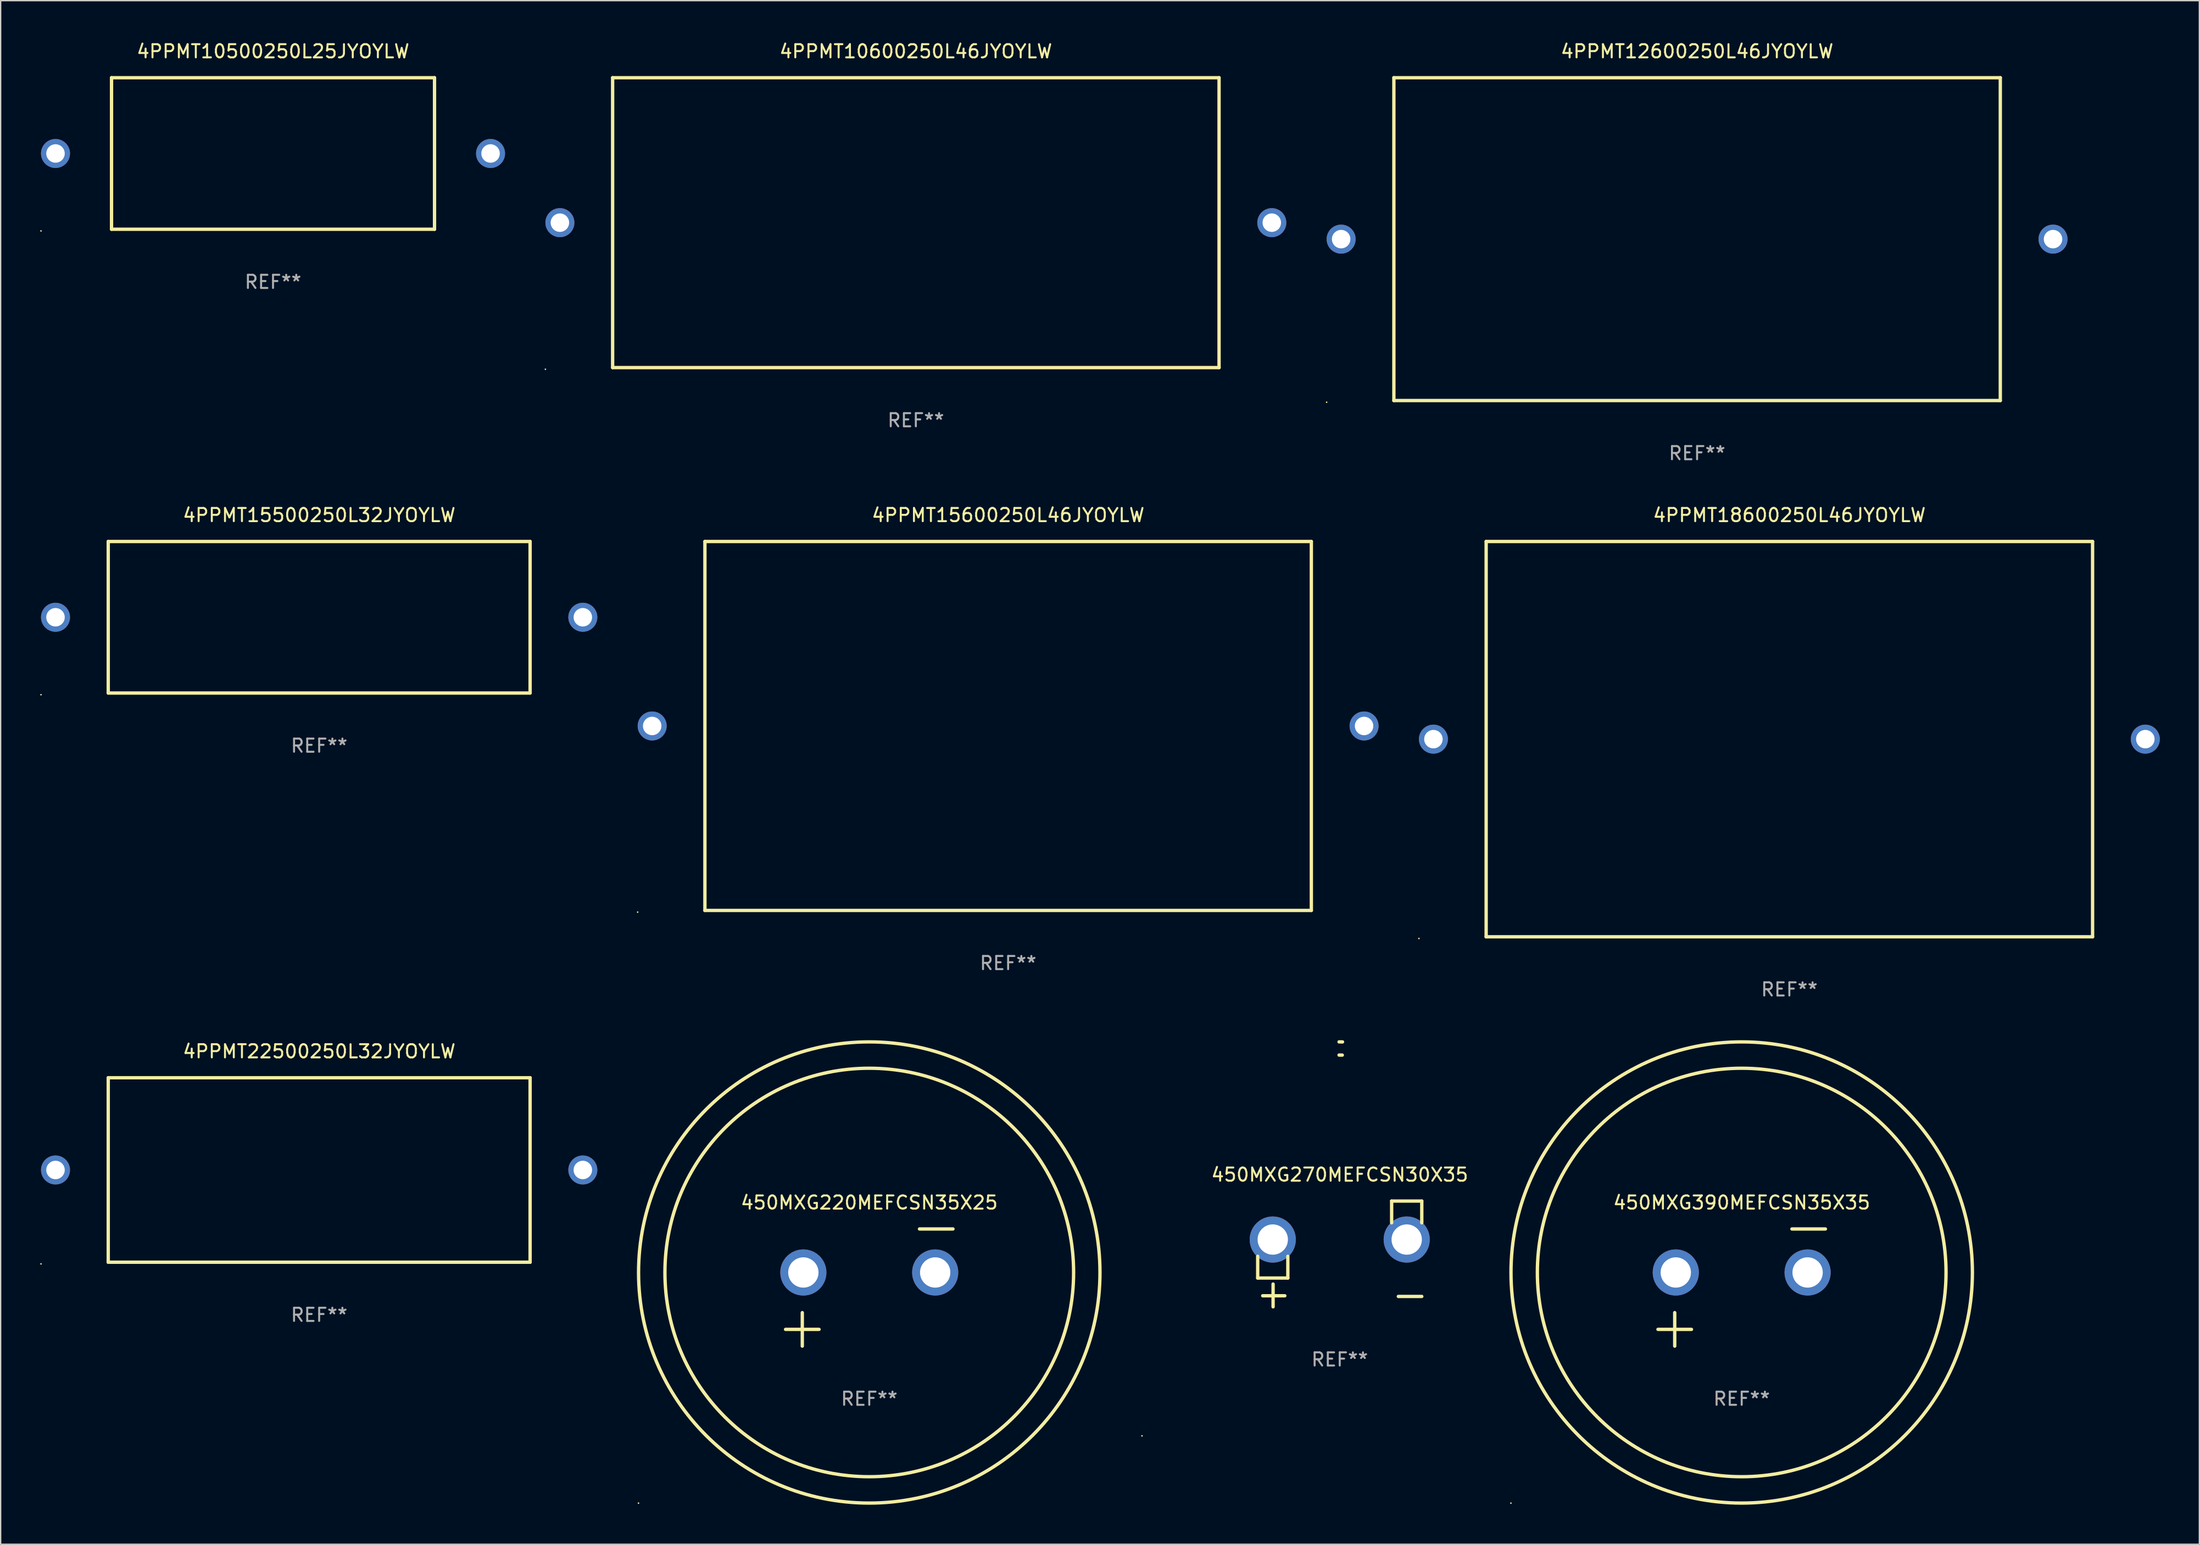
<source format=kicad_pcb>
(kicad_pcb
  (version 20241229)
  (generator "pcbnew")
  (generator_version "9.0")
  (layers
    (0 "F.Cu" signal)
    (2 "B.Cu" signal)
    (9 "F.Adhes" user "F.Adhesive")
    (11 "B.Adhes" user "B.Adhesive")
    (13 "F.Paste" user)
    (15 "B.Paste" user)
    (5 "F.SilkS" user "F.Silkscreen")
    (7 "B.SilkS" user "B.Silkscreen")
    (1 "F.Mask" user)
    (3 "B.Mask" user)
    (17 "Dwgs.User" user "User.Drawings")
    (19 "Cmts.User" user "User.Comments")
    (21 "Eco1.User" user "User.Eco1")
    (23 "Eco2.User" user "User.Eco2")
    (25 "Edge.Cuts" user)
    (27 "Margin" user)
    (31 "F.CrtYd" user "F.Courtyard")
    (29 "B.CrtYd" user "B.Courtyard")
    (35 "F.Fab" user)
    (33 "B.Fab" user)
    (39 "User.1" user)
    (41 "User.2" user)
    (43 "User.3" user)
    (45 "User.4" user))
  (footprint "4PPMT15500250L32JYOYLW"
    (layer "F.Cu")
    (at 21.16 43.795)
    (property "Reference" "4PPMT15500250L32JYOYLW" (at 0 -7.75 0) (layer "F.SilkS") (effects (font (size 1 1) (thickness 0.15))))
    (attr through_hole)
    (fp_line (start -16 -5.75) (end 16 -5.75) (stroke (width 0.254) (type solid)) (layer "F.SilkS"))
    (fp_line (start -16 5.75) (end -16 -5.75) (stroke (width 0.254) (type solid)) (layer "F.SilkS"))
    (fp_line (start 16 -5.75) (end 16 5.75) (stroke (width 0.254) (type solid)) (layer "F.SilkS"))
    (fp_line (start 16 5.75) (end -16 5.75) (stroke (width 0.254) (type solid)) (layer "F.SilkS"))
    (fp_circle (center -21.1 5.877) (end -21.07 5.877) (stroke (width 0.06) (type solid)) (fill no) (layer "F.SilkS"))
    (fp_text user "REF**" (at 0 9.75 0) (layer "F.Fab") (effects (font (size 1 1) (thickness 0.15))))
    (pad "1" thru_hole circle (at -20 -0.000013) (size 2.2 2.2) (drill 1.4) (layers "*.Cu" "*.Mask"))
    (pad "2" thru_hole circle (at 20 -0.000013) (size 2.2 2.2) (drill 1.4) (layers "*.Cu" "*.Mask")))
  (footprint "450MXG220MEFCSN35X25"
    (layer "F.Cu")
    (at 62.887 94.663)
    (property "Reference" "450MXG220MEFCSN35X25" (at 0 -6.445 0) (layer "F.SilkS") (effects (font (size 1 1) (thickness 0.15))))
    (attr through_hole)
    (fp_line (start -6.35 3.175) (end -3.81 3.175) (stroke (width 0.254) (type solid)) (layer "F.SilkS"))
    (fp_line (start -5.08 1.905) (end -5.08 4.445) (stroke (width 0.254) (type solid)) (layer "F.SilkS"))
    (fp_line (start 3.81 -4.445) (end 6.35 -4.445) (stroke (width 0.254) (type solid)) (layer "F.SilkS"))
    (fp_circle (center -17.505 16.362) (end -17.475 16.362) (stroke (width 0.06) (type solid)) (fill no) (layer "F.SilkS"))
    (fp_circle (center 0 -1.143) (end 15.5 -1.143) (stroke (width 0.254) (type solid)) (fill no) (layer "F.SilkS"))
    (fp_circle (center 0 -1.143) (end 17.5 -1.143) (stroke (width 0.254) (type solid)) (fill no) (layer "F.SilkS"))
    (fp_text user "REF**" (at 0 8.445 0) (layer "F.Fab") (effects (font (size 1 1) (thickness 0.15))))
    (pad "1" thru_hole circle (at -5 -1.143) (size 3.5 3.5) (drill 2.3) (layers "*.Cu" "*.Mask"))
    (pad "2" thru_hole circle (at 5 -1.143) (size 3.5 3.5) (drill 2.3) (layers "*.Cu" "*.Mask")))
  (footprint "4PPMT12600250L46JYOYLW"
    (layer "F.Cu")
    (at 125.68 15.098)
    (property "Reference" "4PPMT12600250L46JYOYLW" (at 0 -14.25 0) (layer "F.SilkS") (effects (font (size 1 1) (thickness 0.15))))
    (attr through_hole)
    (fp_line (start -23 -12.25) (end 23 -12.25) (stroke (width 0.254) (type solid)) (layer "F.SilkS"))
    (fp_line (start -23 12.25) (end -23 -12.25) (stroke (width 0.254) (type solid)) (layer "F.SilkS"))
    (fp_line (start 23 -12.25) (end 23 12.25) (stroke (width 0.254) (type solid)) (layer "F.SilkS"))
    (fp_line (start 23 12.25) (end -23 12.25) (stroke (width 0.254) (type solid)) (layer "F.SilkS"))
    (fp_circle (center -28.1 12.377) (end -28.07 12.377) (stroke (width 0.06) (type solid)) (fill no) (layer "F.SilkS"))
    (fp_text user "REF**" (at 0 16.25 0) (layer "F.Fab") (effects (font (size 1 1) (thickness 0.15))))
    (pad "1" thru_hole circle (at -27 0) (size 2.2 2.2) (drill 1.4) (layers "*.Cu" "*.Mask"))
    (pad "2" thru_hole circle (at 27 0) (size 2.2 2.2) (drill 1.4) (layers "*.Cu" "*.Mask")))
  (footprint "4PPMT18600250L46JYOYLW"
    (layer "F.Cu")
    (at 132.68 53.045)
    (property "Reference" "4PPMT18600250L46JYOYLW" (at 0 -17 0) (layer "F.SilkS") (effects (font (size 1 1) (thickness 0.15))))
    (attr through_hole)
    (fp_line (start -23 -15) (end 23 -15) (stroke (width 0.254) (type solid)) (layer "F.SilkS"))
    (fp_line (start -23 15) (end -23 -15) (stroke (width 0.254) (type solid)) (layer "F.SilkS"))
    (fp_line (start 23 -15) (end 23 15) (stroke (width 0.254) (type solid)) (layer "F.SilkS"))
    (fp_line (start 23 15) (end -23 15) (stroke (width 0.254) (type solid)) (layer "F.SilkS"))
    (fp_circle (center -28.1 15.127) (end -28.07 15.127) (stroke (width 0.06) (type solid)) (fill no) (layer "F.SilkS"))
    (fp_text user "REF**" (at 0 19 0) (layer "F.Fab") (effects (font (size 1 1) (thickness 0.15))))
    (pad "1" thru_hole circle (at -27 0) (size 2.2 2.2) (drill 1.4) (layers "*.Cu" "*.Mask"))
    (pad "2" thru_hole circle (at 27 0) (size 2.2 2.2) (drill 1.4) (layers "*.Cu" "*.Mask")))
  (footprint "450MXG390MEFCSN35X35"
    (layer "F.Cu")
    (at 129.064 94.663)
    (property "Reference" "450MXG390MEFCSN35X35" (at 0 -6.445 0) (layer "F.SilkS") (effects (font (size 1 1) (thickness 0.15))))
    (attr through_hole)
    (fp_line (start -6.35 3.175) (end -3.81 3.175) (stroke (width 0.254) (type solid)) (layer "F.SilkS"))
    (fp_line (start -5.08 1.905) (end -5.08 4.445) (stroke (width 0.254) (type solid)) (layer "F.SilkS"))
    (fp_line (start 3.81 -4.445) (end 6.35 -4.445) (stroke (width 0.254) (type solid)) (layer "F.SilkS"))
    (fp_circle (center -17.505 16.362) (end -17.475 16.362) (stroke (width 0.06) (type solid)) (fill no) (layer "F.SilkS"))
    (fp_circle (center 0 -1.143) (end 15.5 -1.143) (stroke (width 0.254) (type solid)) (fill no) (layer "F.SilkS"))
    (fp_circle (center 0 -1.143) (end 17.5 -1.143) (stroke (width 0.254) (type solid)) (fill no) (layer "F.SilkS"))
    (fp_text user "REF**" (at 0 8.445 0) (layer "F.Fab") (effects (font (size 1 1) (thickness 0.15))))
    (pad "1" thru_hole circle (at -5 -1.143) (size 3.5 3.5) (drill 2.3) (layers "*.Cu" "*.Mask"))
    (pad "2" thru_hole circle (at 5 -1.143) (size 3.5 3.5) (drill 2.3) (layers "*.Cu" "*.Mask")))
  (footprint "4PPMT10500250L25JYOYLW"
    (layer "F.Cu")
    (at 17.66 8.598)
    (property "Reference" "4PPMT10500250L25JYOYLW" (at 0 -7.75 0) (layer "F.SilkS") (effects (font (size 1 1) (thickness 0.15))))
    (attr through_hole)
    (fp_line (start -12.25 -5.75) (end 12.25 -5.75) (stroke (width 0.254) (type solid)) (layer "F.SilkS"))
    (fp_line (start -12.25 5.75) (end -12.25 -5.75) (stroke (width 0.254) (type solid)) (layer "F.SilkS"))
    (fp_line (start 12.25 -5.75) (end 12.25 5.75) (stroke (width 0.254) (type solid)) (layer "F.SilkS"))
    (fp_line (start 12.25 5.75) (end -12.25 5.75) (stroke (width 0.254) (type solid)) (layer "F.SilkS"))
    (fp_circle (center -17.6 5.877) (end -17.57 5.877) (stroke (width 0.06) (type solid)) (fill no) (layer "F.SilkS"))
    (fp_text user "REF**" (at 0 9.75 0) (layer "F.Fab") (effects (font (size 1 1) (thickness 0.15))))
    (pad "1" thru_hole circle (at -16.5 0) (size 2.2 2.2) (drill 1.4) (layers "*.Cu" "*.Mask"))
    (pad "2" thru_hole circle (at 16.5 0) (size 2.2 2.2) (drill 1.4) (layers "*.Cu" "*.Mask")))
  (footprint "450MXG270MEFCSN30X35"
    (layer "F.Cu")
    (at 98.574 92.113)
    (property "Reference" "450MXG270MEFCSN30X35" (at 0 -6.013 0) (layer "F.SilkS") (effects (font (size 1 1) (thickness 0.15))))
    (attr through_hole)
    (fp_line (start -6.223 0.178) (end -6.223 1.829) (stroke (width 0.254) (type solid)) (layer "F.SilkS"))
    (fp_line (start -6.223 1.829) (end -3.937 1.829) (stroke (width 0.254) (type solid)) (layer "F.SilkS"))
    (fp_line (start -5.055 4.013) (end -5.055 2.286) (stroke (width 0.254) (type solid)) (layer "F.SilkS"))
    (fp_line (start -4.166 3.175) (end -5.842 3.175) (stroke (width 0.254) (type solid)) (layer "F.SilkS"))
    (fp_line (start -3.937 1.829) (end -3.937 0.178) (stroke (width 0.254) (type solid)) (layer "F.SilkS"))
    (fp_line (start 3.937 -4.013) (end 3.937 -2.362) (stroke (width 0.254) (type solid)) (layer "F.SilkS"))
    (fp_line (start 6.223 -4.013) (end 3.937 -4.013) (stroke (width 0.254) (type solid)) (layer "F.SilkS"))
    (fp_line (start 6.223 -2.362) (end 6.223 -4.013) (stroke (width 0.254) (type solid)) (layer "F.SilkS"))
    (fp_line (start 6.223 3.226) (end 4.445 3.226) (stroke (width 0.254) (type solid)) (layer "F.SilkS"))
    (fp_arc (start -0.0508 -16.093472) (mid 0.080016 -16.092762) (end 0.210821 -16.090932) (stroke (width 0.254001) (type solid)) (layer "F.SilkS"))
    (fp_arc (start -0.0508 -15.09271) (mid 0.071125 -15.091961) (end 0.19304 -15.09017) (stroke (width 0.254001) (type solid)) (layer "F.SilkS"))
    (fp_circle (center -15 13.808) (end -14.97 13.808) (stroke (width 0.06) (type solid)) (fill no) (layer "F.SilkS"))
    (fp_text user "REF**" (at 0 8.013 0) (layer "F.Fab") (effects (font (size 1 1) (thickness 0.15))))
    (pad "1" thru_hole circle (at -5.08 -1.092) (size 3.5 3.5) (drill 2.3) (layers "*.Cu" "*.Mask"))
    (pad "2" thru_hole circle (at 5.08 -1.092) (size 3.5 3.5) (drill 2.3) (layers "*.Cu" "*.Mask")))
  (footprint "4PPMT10600250L46JYOYLW"
    (layer "F.Cu")
    (at 66.42 13.848)
    (property "Reference" "4PPMT10600250L46JYOYLW" (at 0 -13 0) (layer "F.SilkS") (effects (font (size 1 1) (thickness 0.15))))
    (attr through_hole)
    (fp_line (start -23 -11) (end 23 -11) (stroke (width 0.254) (type solid)) (layer "F.SilkS"))
    (fp_line (start -23 11) (end -23 -11) (stroke (width 0.254) (type solid)) (layer "F.SilkS"))
    (fp_line (start 23 -11) (end 23 11) (stroke (width 0.254) (type solid)) (layer "F.SilkS"))
    (fp_line (start 23 11) (end -23 11) (stroke (width 0.254) (type solid)) (layer "F.SilkS"))
    (fp_circle (center -28.1 11.127) (end -28.07 11.127) (stroke (width 0.06) (type solid)) (fill no) (layer "F.SilkS"))
    (fp_text user "REF**" (at 0 15 0) (layer "F.Fab") (effects (font (size 1 1) (thickness 0.15))))
    (pad "1" thru_hole circle (at -27 0) (size 2.2 2.2) (drill 1.4) (layers "*.Cu" "*.Mask"))
    (pad "2" thru_hole circle (at 27 0) (size 2.2 2.2) (drill 1.4) (layers "*.Cu" "*.Mask")))
  (footprint "4PPMT15600250L46JYOYLW"
    (layer "F.Cu")
    (at 73.42 52.045)
    (property "Reference" "4PPMT15600250L46JYOYLW" (at 0 -16 0) (layer "F.SilkS") (effects (font (size 1 1) (thickness 0.15))))
    (attr through_hole)
    (fp_line (start -23 -14) (end 23 -14) (stroke (width 0.254) (type solid)) (layer "F.SilkS"))
    (fp_line (start -23 14) (end -23 -14) (stroke (width 0.254) (type solid)) (layer "F.SilkS"))
    (fp_line (start 23 -14) (end 23 14) (stroke (width 0.254) (type solid)) (layer "F.SilkS"))
    (fp_line (start 23 14) (end -23 14) (stroke (width 0.254) (type solid)) (layer "F.SilkS"))
    (fp_circle (center -28.1 14.127) (end -28.07 14.127) (stroke (width 0.06) (type solid)) (fill no) (layer "F.SilkS"))
    (fp_text user "REF**" (at 0 18 0) (layer "F.Fab") (effects (font (size 1 1) (thickness 0.15))))
    (pad "1" thru_hole circle (at -27 0) (size 2.2 2.2) (drill 1.4) (layers "*.Cu" "*.Mask"))
    (pad "2" thru_hole circle (at 27 0) (size 2.2 2.2) (drill 1.4) (layers "*.Cu" "*.Mask")))
  (footprint "4PPMT22500250L32JYOYLW"
    (layer "F.Cu")
    (at 21.16 85.741)
    (property "Reference" "4PPMT22500250L32JYOYLW" (at 0 -9 0) (layer "F.SilkS") (effects (font (size 1 1) (thickness 0.15))))
    (attr through_hole)
    (fp_line (start -16 -7) (end 16 -7) (stroke (width 0.254) (type solid)) (layer "F.SilkS"))
    (fp_line (start -16 7) (end -16 -7) (stroke (width 0.254) (type solid)) (layer "F.SilkS"))
    (fp_line (start 16 -7) (end 16 7) (stroke (width 0.254) (type solid)) (layer "F.SilkS"))
    (fp_line (start 16 7) (end -16 7) (stroke (width 0.254) (type solid)) (layer "F.SilkS"))
    (fp_circle (center -21.1 7.127) (end -21.07 7.127) (stroke (width 0.06) (type solid)) (fill no) (layer "F.SilkS"))
    (fp_text user "REF**" (at 0 11 0) (layer "F.Fab") (effects (font (size 1 1) (thickness 0.15))))
    (pad "1" thru_hole circle (at -20 0) (size 2.2 2.2) (drill 1.4) (layers "*.Cu" "*.Mask"))
    (pad "2" thru_hole circle (at 20 0) (size 2.2 2.2) (drill 1.4) (layers "*.Cu" "*.Mask")))
  (gr_rect
    (start -3 -3)
    (end 163.78 114.147)
    (stroke (width 0.1) (type default))
    (fill no)
    (layer "Edge.Cuts")))
</source>
